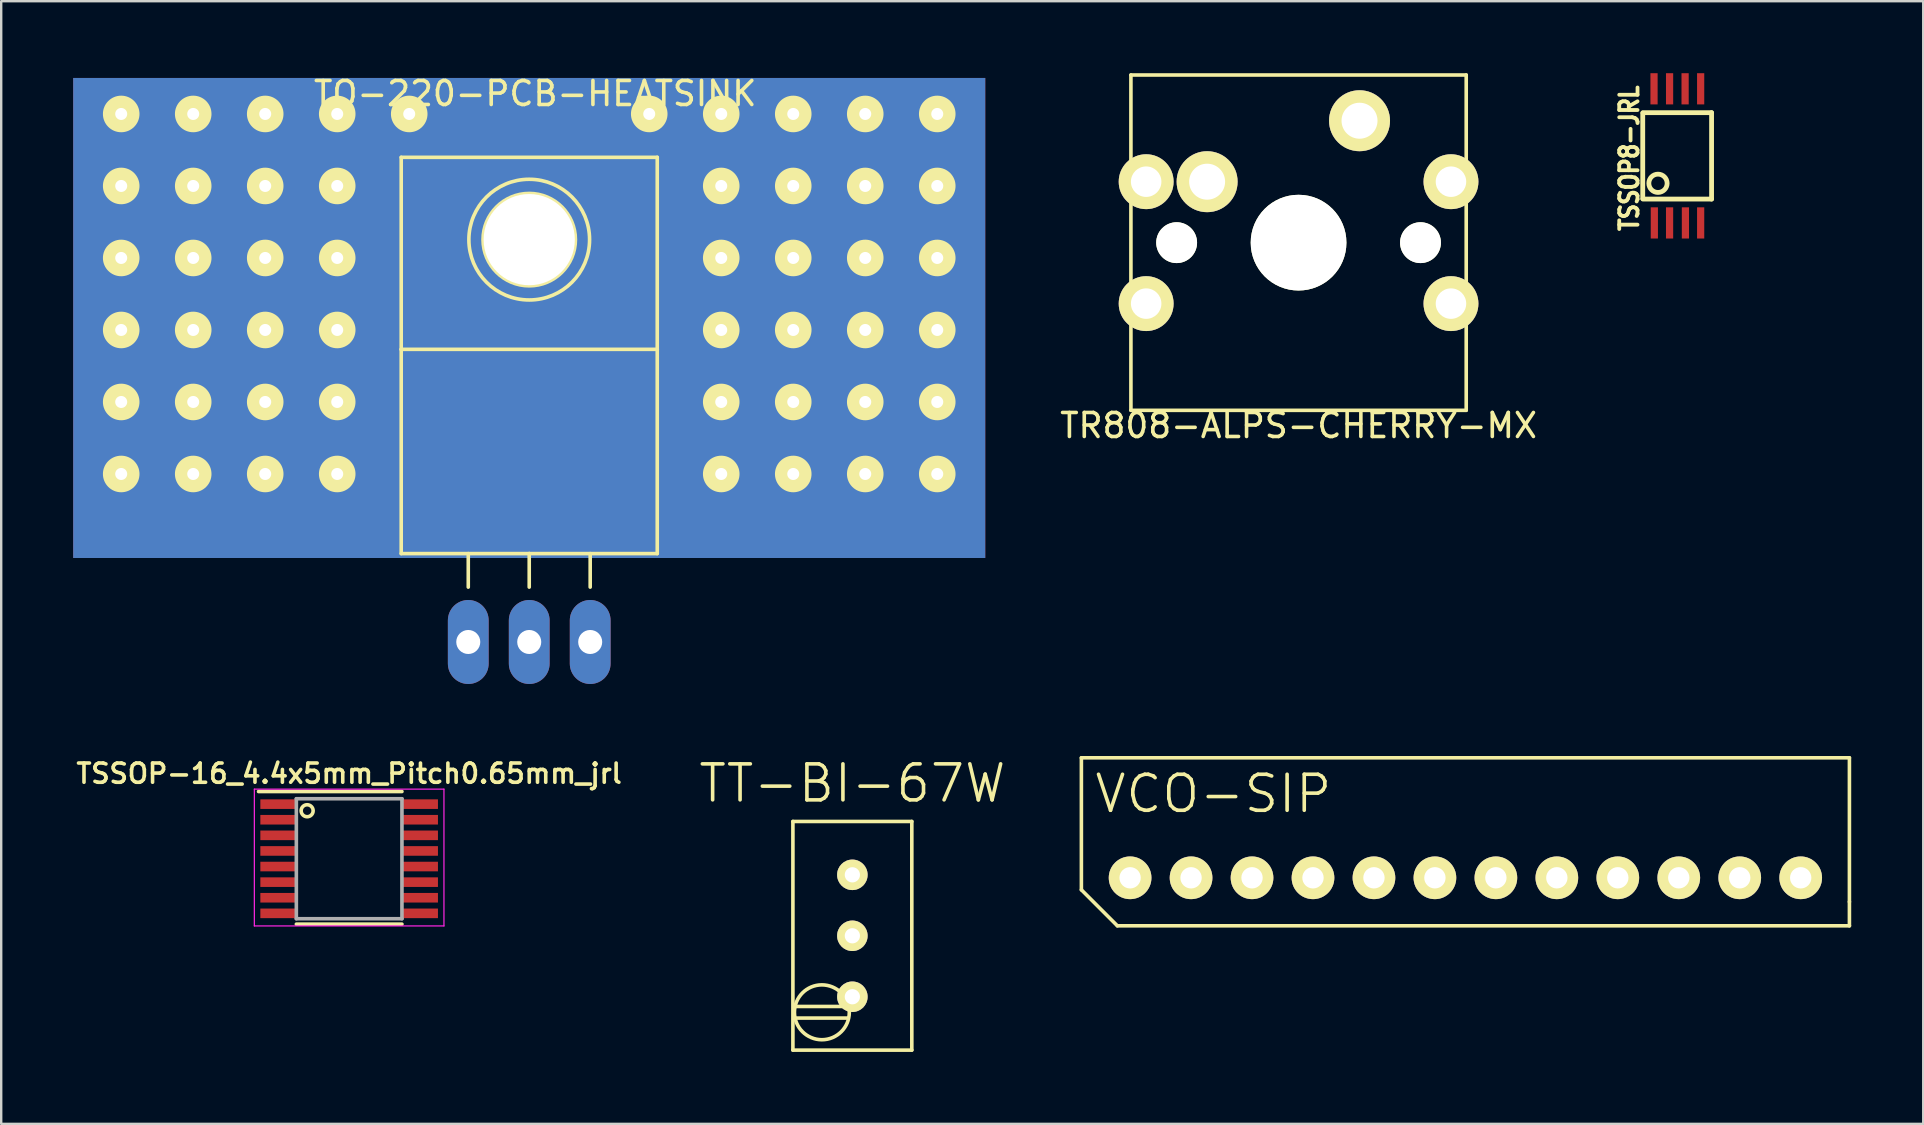
<source format=kicad_pcb>
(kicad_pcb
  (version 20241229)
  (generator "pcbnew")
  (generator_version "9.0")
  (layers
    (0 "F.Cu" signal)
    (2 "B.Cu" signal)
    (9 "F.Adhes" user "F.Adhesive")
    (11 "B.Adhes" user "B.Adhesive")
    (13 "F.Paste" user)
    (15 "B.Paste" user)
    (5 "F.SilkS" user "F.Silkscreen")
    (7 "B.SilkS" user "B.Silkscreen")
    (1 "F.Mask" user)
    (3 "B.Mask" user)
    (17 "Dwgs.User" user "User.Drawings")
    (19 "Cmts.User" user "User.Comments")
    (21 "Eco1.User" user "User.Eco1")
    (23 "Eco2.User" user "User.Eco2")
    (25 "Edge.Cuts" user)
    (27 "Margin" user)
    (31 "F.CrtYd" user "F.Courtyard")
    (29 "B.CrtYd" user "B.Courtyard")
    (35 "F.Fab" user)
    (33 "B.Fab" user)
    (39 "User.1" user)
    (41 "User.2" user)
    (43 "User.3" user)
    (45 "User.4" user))
  (footprint "TT-BI-67W"
    (layer "F.Cu")
    (at 32.463 35.939)
    (property "Reference" "TT-BI-67W" (at 0 -6.35 0) (layer "F.SilkS") (effects (font (size 1.5 1.5) (thickness 0.15))))
    (attr through_hole)
    (fp_line (start -2.477 -4.763) (end -2.477 4.763) (stroke (width 0.15) (type solid)) (layer "F.SilkS"))
    (fp_line (start -2.477 -4.763) (end 2.477 -4.763) (stroke (width 0.15) (type solid)) (layer "F.SilkS"))
    (fp_line (start -2.477 4.763) (end 2.477 4.763) (stroke (width 0.15) (type solid)) (layer "F.SilkS"))
    (fp_line (start -2.337 2.946) (end -0.203 2.946) (stroke (width 0.15) (type solid)) (layer "F.SilkS"))
    (fp_line (start -2.337 3.429) (end -0.178 3.429) (stroke (width 0.15) (type solid)) (layer "F.SilkS"))
    (fp_line (start 2.477 -4.763) (end 2.477 4.763) (stroke (width 0.15) (type solid)) (layer "F.SilkS"))
    (fp_circle (center -1.27 3.188) (end -1.27 4.331) (stroke (width 0.15) (type solid)) (fill no) (layer "F.SilkS"))
    (pad "1" thru_hole circle (at 0 2.54) (size 1.27 1.27) (drill 0.635) (layers "*.Cu" "*.Mask" "F.SilkS"))
    (pad "2" thru_hole circle (at 0 0) (size 1.27 1.27) (drill 0.635) (layers "*.Cu" "*.Mask" "F.SilkS"))
    (pad "3" thru_hole circle (at 0 -2.54) (size 1.27 1.27) (drill 0.635) (layers "*.Cu" "*.Mask" "F.SilkS")))
  (footprint "TO-220-PCB-HEATSINK"
    (layer "F.Cu")
    (at 19 23.698)
    (property "Reference" "TO-220-PCB-HEATSINK" (at 0.249 -22.85 0) (layer "F.SilkS") (effects (font (size 1 1) (thickness 0.15))))
    (attr through_hole)
    (fp_line (start -5.334 -20.193) (end -5.334 -12.192) (stroke (width 0.15) (type solid)) (layer "F.SilkS"))
    (fp_line (start -5.334 -12.192) (end -5.334 -3.683) (stroke (width 0.15) (type solid)) (layer "F.SilkS"))
    (fp_line (start -2.54 -3.683) (end -2.54 -2.286) (stroke (width 0.15) (type solid)) (layer "F.SilkS"))
    (fp_line (start 0 -3.683) (end -5.334 -3.683) (stroke (width 0.15) (type solid)) (layer "F.SilkS"))
    (fp_line (start 0 -3.683) (end 0 -2.286) (stroke (width 0.15) (type solid)) (layer "F.SilkS"))
    (fp_line (start 0 -3.683) (end 5.334 -3.683) (stroke (width 0.15) (type solid)) (layer "F.SilkS"))
    (fp_line (start 2.54 -3.683) (end 2.54 -2.286) (stroke (width 0.15) (type solid)) (layer "F.SilkS"))
    (fp_line (start 5.334 -20.193) (end -5.334 -20.193) (stroke (width 0.15) (type solid)) (layer "F.SilkS"))
    (fp_line (start 5.334 -12.192) (end -5.334 -12.192) (stroke (width 0.15) (type solid)) (layer "F.SilkS"))
    (fp_line (start 5.334 -12.192) (end 5.334 -20.193) (stroke (width 0.15) (type solid)) (layer "F.SilkS"))
    (fp_line (start 5.334 -3.683) (end 5.334 -12.192) (stroke (width 0.15) (type solid)) (layer "F.SilkS"))
    (fp_circle (center 0 -16.764) (end 1.778 -14.986) (stroke (width 0.15) (type solid)) (fill no) (layer "F.SilkS"))
    (pad "" thru_hole circle (at -17 -22) (size 1.524 1.524) (drill 0.5) (layers "*.Cu" "*.Mask" "F.SilkS"))
    (pad "" thru_hole circle (at -17 -19) (size 1.524 1.524) (drill 0.5) (layers "*.Cu" "*.Mask" "F.SilkS"))
    (pad "" thru_hole circle (at -17 -16) (size 1.524 1.524) (drill 0.5) (layers "*.Cu" "*.Mask" "F.SilkS"))
    (pad "" thru_hole circle (at -17 -13) (size 1.524 1.524) (drill 0.5) (layers "*.Cu" "*.Mask" "F.SilkS"))
    (pad "" thru_hole circle (at -17 -10) (size 1.524 1.524) (drill 0.5) (layers "*.Cu" "*.Mask" "F.SilkS"))
    (pad "" thru_hole circle (at -17 -7) (size 1.524 1.524) (drill 0.5) (layers "*.Cu" "*.Mask" "F.SilkS"))
    (pad "" thru_hole circle (at -14 -22) (size 1.524 1.524) (drill 0.5) (layers "*.Cu" "*.Mask" "F.SilkS"))
    (pad "" thru_hole circle (at -14 -19) (size 1.524 1.524) (drill 0.5) (layers "*.Cu" "*.Mask" "F.SilkS"))
    (pad "" thru_hole circle (at -14 -16) (size 1.524 1.524) (drill 0.5) (layers "*.Cu" "*.Mask" "F.SilkS"))
    (pad "" thru_hole circle (at -14 -13) (size 1.524 1.524) (drill 0.5) (layers "*.Cu" "*.Mask" "F.SilkS"))
    (pad "" thru_hole circle (at -14 -10) (size 1.524 1.524) (drill 0.5) (layers "*.Cu" "*.Mask" "F.SilkS"))
    (pad "" thru_hole circle (at -14 -7) (size 1.524 1.524) (drill 0.5) (layers "*.Cu" "*.Mask" "F.SilkS"))
    (pad "" thru_hole circle (at -11 -22) (size 1.524 1.524) (drill 0.5) (layers "*.Cu" "*.Mask" "F.SilkS"))
    (pad "" thru_hole circle (at -11 -19) (size 1.524 1.524) (drill 0.5) (layers "*.Cu" "*.Mask" "F.SilkS"))
    (pad "" thru_hole circle (at -11 -16) (size 1.524 1.524) (drill 0.5) (layers "*.Cu" "*.Mask" "F.SilkS"))
    (pad "" thru_hole circle (at -11 -13) (size 1.524 1.524) (drill 0.5) (layers "*.Cu" "*.Mask" "F.SilkS"))
    (pad "" thru_hole circle (at -11 -10) (size 1.524 1.524) (drill 0.5) (layers "*.Cu" "*.Mask" "F.SilkS"))
    (pad "" thru_hole circle (at -11 -7) (size 1.524 1.524) (drill 0.5) (layers "*.Cu" "*.Mask" "F.SilkS"))
    (pad "" thru_hole circle (at -8 -22) (size 1.524 1.524) (drill 0.5) (layers "*.Cu" "*.Mask" "F.SilkS"))
    (pad "" thru_hole circle (at -8 -19) (size 1.524 1.524) (drill 0.5) (layers "*.Cu" "*.Mask" "F.SilkS"))
    (pad "" thru_hole circle (at -8 -16) (size 1.524 1.524) (drill 0.5) (layers "*.Cu" "*.Mask" "F.SilkS"))
    (pad "" thru_hole circle (at -8 -13) (size 1.524 1.524) (drill 0.5) (layers "*.Cu" "*.Mask" "F.SilkS"))
    (pad "" thru_hole circle (at -8 -10) (size 1.524 1.524) (drill 0.5) (layers "*.Cu" "*.Mask" "F.SilkS"))
    (pad "" thru_hole circle (at -8 -7) (size 1.524 1.524) (drill 0.5) (layers "*.Cu" "*.Mask" "F.SilkS"))
    (pad "" thru_hole circle (at -5 -22) (size 1.524 1.524) (drill 0.5) (layers "*.Cu" "*.Mask" "F.SilkS"))
    (pad "" thru_hole circle (at 0 -16.764 90) (size 4 4) (drill 3.8) (layers "*.Cu" "*.Mask" "F.SilkS"))
    (pad "" smd rect (at 0 -13.5) (size 38 20) (layers "F.Cu" "F.Mask" "F.Paste"))
    (pad "" thru_hole circle (at 5 -22) (size 1.524 1.524) (drill 0.5) (layers "*.Cu" "*.Mask" "F.SilkS"))
    (pad "" thru_hole circle (at 8 -22) (size 1.524 1.524) (drill 0.5) (layers "*.Cu" "*.Mask" "F.SilkS"))
    (pad "" thru_hole circle (at 8 -19) (size 1.524 1.524) (drill 0.5) (layers "*.Cu" "*.Mask" "F.SilkS"))
    (pad "" thru_hole circle (at 8 -16) (size 1.524 1.524) (drill 0.5) (layers "*.Cu" "*.Mask" "F.SilkS"))
    (pad "" thru_hole circle (at 8 -13) (size 1.524 1.524) (drill 0.5) (layers "*.Cu" "*.Mask" "F.SilkS"))
    (pad "" thru_hole circle (at 8 -10) (size 1.524 1.524) (drill 0.5) (layers "*.Cu" "*.Mask" "F.SilkS"))
    (pad "" thru_hole circle (at 8 -7) (size 1.524 1.524) (drill 0.5) (layers "*.Cu" "*.Mask" "F.SilkS"))
    (pad "" thru_hole circle (at 11 -22) (size 1.524 1.524) (drill 0.5) (layers "*.Cu" "*.Mask" "F.SilkS"))
    (pad "" thru_hole circle (at 11 -19) (size 1.524 1.524) (drill 0.5) (layers "*.Cu" "*.Mask" "F.SilkS"))
    (pad "" thru_hole circle (at 11 -16) (size 1.524 1.524) (drill 0.5) (layers "*.Cu" "*.Mask" "F.SilkS"))
    (pad "" thru_hole circle (at 11 -13) (size 1.524 1.524) (drill 0.5) (layers "*.Cu" "*.Mask" "F.SilkS"))
    (pad "" thru_hole circle (at 11 -10) (size 1.524 1.524) (drill 0.5) (layers "*.Cu" "*.Mask" "F.SilkS"))
    (pad "" thru_hole circle (at 11 -7) (size 1.524 1.524) (drill 0.5) (layers "*.Cu" "*.Mask" "F.SilkS"))
    (pad "" thru_hole circle (at 14 -22) (size 1.524 1.524) (drill 0.5) (layers "*.Cu" "*.Mask" "F.SilkS"))
    (pad "" thru_hole circle (at 14 -19) (size 1.524 1.524) (drill 0.5) (layers "*.Cu" "*.Mask" "F.SilkS"))
    (pad "" thru_hole circle (at 14 -16) (size 1.524 1.524) (drill 0.5) (layers "*.Cu" "*.Mask" "F.SilkS"))
    (pad "" thru_hole circle (at 14 -13) (size 1.524 1.524) (drill 0.5) (layers "*.Cu" "*.Mask" "F.SilkS"))
    (pad "" thru_hole circle (at 14 -10) (size 1.524 1.524) (drill 0.5) (layers "*.Cu" "*.Mask" "F.SilkS"))
    (pad "" thru_hole circle (at 14 -7) (size 1.524 1.524) (drill 0.5) (layers "*.Cu" "*.Mask" "F.SilkS"))
    (pad "" thru_hole circle (at 17 -22) (size 1.524 1.524) (drill 0.5) (layers "*.Cu" "*.Mask" "F.SilkS"))
    (pad "" thru_hole circle (at 17 -19) (size 1.524 1.524) (drill 0.5) (layers "*.Cu" "*.Mask" "F.SilkS"))
    (pad "" thru_hole circle (at 17 -16) (size 1.524 1.524) (drill 0.5) (layers "*.Cu" "*.Mask" "F.SilkS"))
    (pad "" thru_hole circle (at 17 -13) (size 1.524 1.524) (drill 0.5) (layers "*.Cu" "*.Mask" "F.SilkS"))
    (pad "" thru_hole circle (at 17 -10) (size 1.524 1.524) (drill 0.5) (layers "*.Cu" "*.Mask" "F.SilkS"))
    (pad "" thru_hole circle (at 17 -7) (size 1.524 1.524) (drill 0.5) (layers "*.Cu" "*.Mask" "F.SilkS"))
    (pad "0" smd rect (at 0 -13.5) (size 38 20) (layers "F.Mask" "B.Cu" "F.Paste"))
    (pad "1" thru_hole oval (at -2.54 0 90) (size 3.5 1.699) (drill 1.001) (layers "*.Cu" "*.Mask"))
    (pad "2" thru_hole oval (at 0 0 90) (size 3.5 1.699) (drill 1.001) (layers "*.Cu" "*.Mask"))
    (pad "3" thru_hole oval (at 2.54 0 90) (size 3.5 1.699) (drill 1.001) (layers "*.Cu" "*.Mask")))
  (footprint "TSSOP8-JRL"
    (layer "F.Cu")
    (at 66.832 3.544)
    (property "Reference" "TSSOP8-JRL" (at -2 0 90) (layer "F.SilkS") (effects (font (size 0.762 0.635) (thickness 0.159))))
    (attr smd)
    (fp_line (start -1.438 1.678) (end -1.438 -1.878) (stroke (width 0.2) (type solid)) (layer "F.SilkS"))
    (fp_line (start -1.43 -1.9) (end 1.43 -1.9) (stroke (width 0.2) (type solid)) (layer "F.SilkS"))
    (fp_line (start 1.43 -1.9) (end 1.43 1.7) (stroke (width 0.2) (type solid)) (layer "F.SilkS"))
    (fp_line (start 1.43 1.7) (end -1.43 1.7) (stroke (width 0.2) (type solid)) (layer "F.SilkS"))
    (fp_circle (center -0.803 1.043) (end -1.184 1.043) (stroke (width 0.2) (type solid)) (fill no) (layer "F.SilkS"))
    (pad "1" smd rect (at -0.955 2.694) (size 0.3 1.3) (layers "F.Cu" "F.Mask" "F.Paste"))
    (pad "2" smd rect (at -0.32 2.694) (size 0.3 1.3) (layers "F.Cu" "F.Mask" "F.Paste"))
    (pad "3" smd rect (at 0.34 2.694) (size 0.3 1.3) (layers "F.Cu" "F.Mask" "F.Paste"))
    (pad "4" smd rect (at 0.975 2.694) (size 0.3 1.3) (layers "F.Cu" "F.Mask" "F.Paste"))
    (pad "5" smd rect (at 0.975 -2.894) (size 0.3 1.3) (layers "F.Cu" "F.Mask" "F.Paste"))
    (pad "6" smd rect (at 0.327 -2.894) (size 0.3 1.3) (layers "F.Cu" "F.Mask" "F.Paste"))
    (pad "7" smd rect (at -0.32 -2.894) (size 0.3 1.3) (layers "F.Cu" "F.Mask" "F.Paste"))
    (pad "8" smd rect (at -0.968 -2.894) (size 0.3 1.3) (layers "F.Cu" "F.Mask" "F.Paste")))
  (footprint "VCO-SIP"
    (layer "F.Cu")
    (at 58.005 33.523)
    (property "Reference" "VCO-SIP" (at -10.5 -3.5 0) (layer "F.SilkS") (effects (font (size 1.5 1.5) (thickness 0.15))))
    (attr through_hole)
    (fp_line (start -16 -5) (end -16 0.5) (stroke (width 0.15) (type solid)) (layer "F.SilkS"))
    (fp_line (start -16 -5) (end 16 -5) (stroke (width 0.15) (type solid)) (layer "F.SilkS"))
    (fp_line (start -16 0.5) (end -14.5 2) (stroke (width 0.15) (type solid)) (layer "F.SilkS"))
    (fp_line (start -14.5 2) (end 16 2) (stroke (width 0.15) (type solid)) (layer "F.SilkS"))
    (fp_line (start 16 -5) (end 16 1) (stroke (width 0.15) (type solid)) (layer "F.SilkS"))
    (fp_line (start 16 2) (end 16 1) (stroke (width 0.15) (type solid)) (layer "F.SilkS"))
    (pad "1" thru_hole circle (at -13.97 0) (size 1.778 1.778) (drill 0.889) (layers "*.Cu" "*.Mask" "F.SilkS"))
    (pad "2" thru_hole circle (at -11.43 0) (size 1.778 1.778) (drill 0.889) (layers "*.Cu" "*.Mask" "F.SilkS"))
    (pad "3" thru_hole circle (at -8.89 0) (size 1.778 1.778) (drill 0.889) (layers "*.Cu" "*.Mask" "F.SilkS"))
    (pad "4" thru_hole circle (at -6.35 0) (size 1.778 1.778) (drill 0.889) (layers "*.Cu" "*.Mask" "F.SilkS"))
    (pad "5" thru_hole circle (at -3.81 0) (size 1.778 1.778) (drill 0.889) (layers "*.Cu" "*.Mask" "F.SilkS"))
    (pad "6" thru_hole circle (at -1.27 0) (size 1.778 1.778) (drill 0.889) (layers "*.Cu" "*.Mask" "F.SilkS"))
    (pad "7" thru_hole circle (at 1.27 0) (size 1.778 1.778) (drill 0.889) (layers "*.Cu" "*.Mask" "F.SilkS"))
    (pad "8" thru_hole circle (at 3.81 0) (size 1.778 1.778) (drill 0.889) (layers "*.Cu" "*.Mask" "F.SilkS"))
    (pad "9" thru_hole circle (at 6.35 0) (size 1.778 1.778) (drill 0.889) (layers "*.Cu" "*.Mask" "F.SilkS"))
    (pad "10" thru_hole circle (at 8.89 0) (size 1.778 1.778) (drill 0.889) (layers "*.Cu" "*.Mask" "F.SilkS"))
    (pad "11" thru_hole circle (at 11.43 0) (size 1.778 1.778) (drill 0.889) (layers "*.Cu" "*.Mask" "F.SilkS"))
    (pad "12" thru_hole circle (at 13.97 0) (size 1.778 1.778) (drill 0.889) (layers "*.Cu" "*.Mask" "F.SilkS")))
  (footprint "TR808-ALPS-CHERRY-MX"
    (layer "F.Cu")
    (at 51.054 7.06)
    (property "Reference" "TR808-ALPS-CHERRY-MX" (at 0 7.62 180) (layer "F.SilkS") (effects (font (size 1 1) (thickness 0.15))))
    (attr through_hole)
    (fp_line (start -6.985 -6.985) (end 6.985 -6.985) (stroke (width 0.15) (type solid)) (layer "F.SilkS"))
    (fp_line (start -6.985 6.985) (end -6.985 -6.985) (stroke (width 0.15) (type solid)) (layer "F.SilkS"))
    (fp_line (start 6.985 -6.985) (end 6.985 6.985) (stroke (width 0.15) (type solid)) (layer "F.SilkS"))
    (fp_line (start 6.985 6.985) (end -6.985 6.985) (stroke (width 0.15) (type solid)) (layer "F.SilkS"))
    (pad "" np_thru_hole circle (at -5.08 0 90) (size 1.702 1.702) (drill 1.702) (layers "*.Cu" "*.Mask" "F.SilkS"))
    (pad "" np_thru_hole circle (at 0 0 90) (size 3.988 3.988) (drill 3.988) (layers "*.Cu" "*.Mask" "F.SilkS"))
    (pad "" np_thru_hole circle (at 5.08 0 90) (size 1.702 1.702) (drill 1.702) (layers "*.Cu" "*.Mask" "F.SilkS"))
    (pad "1" thru_hole circle (at -6.35 2.54 90) (size 2.286 2.286) (drill 1.27) (layers "*.Cu" "*.Mask" "F.SilkS"))
    (pad "1" thru_hole circle (at 2.54 -5.08) (size 2.54 2.54) (drill 1.499) (layers "*.Cu" "*.Mask" "F.SilkS"))
    (pad "1" thru_hole circle (at 6.35 2.54 90) (size 2.286 2.286) (drill 1.27) (layers "*.Cu" "*.Mask" "F.SilkS"))
    (pad "2" thru_hole circle (at -6.35 -2.54 90) (size 2.286 2.286) (drill 1.27) (layers "*.Cu" "*.Mask" "F.SilkS"))
    (pad "2" thru_hole circle (at -3.81 -2.54) (size 2.54 2.54) (drill 1.499) (layers "*.Cu" "*.Mask" "F.SilkS"))
    (pad "2" thru_hole circle (at 6.35 -2.54 90) (size 2.286 2.286) (drill 1.27) (layers "*.Cu" "*.Mask" "F.SilkS")))
  (footprint "TSSOP-16_4.4x5mm_Pitch0.65mm_jrl"
    (layer "F.Cu")
    (at 11.497 32.729)
    (property "Reference" "TSSOP-16_4.4x5mm_Pitch0.65mm_jrl" (at 0 -3.55 0) (layer "F.SilkS") (effects (font (size 0.8 0.8) (thickness 0.15))))
    (attr smd)
    (fp_line (start -3.775 -2.8) (end 2.2 -2.8) (stroke (width 0.15) (type solid)) (layer "F.SilkS"))
    (fp_line (start -2.2 2.725) (end 2.2 2.725) (stroke (width 0.15) (type solid)) (layer "F.SilkS"))
    (fp_circle (center -1.75 -2) (end -2 -2) (stroke (width 0.15) (type solid)) (fill no) (layer "F.SilkS"))
    (fp_line (start -3.95 -2.9) (end -3.95 2.8) (stroke (width 0.05) (type solid)) (layer "F.CrtYd"))
    (fp_line (start -3.95 -2.9) (end 3.95 -2.9) (stroke (width 0.05) (type solid)) (layer "F.CrtYd"))
    (fp_line (start -3.95 2.8) (end 3.95 2.8) (stroke (width 0.05) (type solid)) (layer "F.CrtYd"))
    (fp_line (start 3.95 -2.9) (end 3.95 2.8) (stroke (width 0.05) (type solid)) (layer "F.CrtYd"))
    (fp_line (start -2.2 -2.5) (end 2.2 -2.5) (stroke (width 0.15) (type solid)) (layer "F.Fab"))
    (fp_line (start -2.2 2.5) (end -2.2 -2.5) (stroke (width 0.15) (type solid)) (layer "F.Fab"))
    (fp_line (start 2.2 -2.5) (end 2.2 2.5) (stroke (width 0.15) (type solid)) (layer "F.Fab"))
    (fp_line (start 2.2 2.5) (end -2.2 2.5) (stroke (width 0.15) (type solid)) (layer "F.Fab"))
    (pad "1" smd rect (at -2.95 -2.275) (size 1.5 0.4) (layers "F.Cu" "F.Mask" "F.Paste"))
    (pad "2" smd rect (at -2.95 -1.625) (size 1.5 0.4) (layers "F.Cu" "F.Mask" "F.Paste"))
    (pad "3" smd rect (at -2.95 -0.975) (size 1.5 0.4) (layers "F.Cu" "F.Mask" "F.Paste"))
    (pad "4" smd rect (at -2.95 -0.325) (size 1.5 0.4) (layers "F.Cu" "F.Mask" "F.Paste"))
    (pad "5" smd rect (at -2.95 0.325) (size 1.5 0.4) (layers "F.Cu" "F.Mask" "F.Paste"))
    (pad "6" smd rect (at -2.95 0.975) (size 1.5 0.4) (layers "F.Cu" "F.Mask" "F.Paste"))
    (pad "7" smd rect (at -2.95 1.625) (size 1.5 0.4) (layers "F.Cu" "F.Mask" "F.Paste"))
    (pad "8" smd rect (at -2.95 2.275) (size 1.5 0.4) (layers "F.Cu" "F.Mask" "F.Paste"))
    (pad "9" smd rect (at 2.95 2.275) (size 1.5 0.4) (layers "F.Cu" "F.Mask" "F.Paste"))
    (pad "10" smd rect (at 2.95 1.625) (size 1.5 0.4) (layers "F.Cu" "F.Mask" "F.Paste"))
    (pad "11" smd rect (at 2.95 0.975) (size 1.5 0.4) (layers "F.Cu" "F.Mask" "F.Paste"))
    (pad "12" smd rect (at 2.95 0.325) (size 1.5 0.4) (layers "F.Cu" "F.Mask" "F.Paste"))
    (pad "13" smd rect (at 2.95 -0.325) (size 1.5 0.4) (layers "F.Cu" "F.Mask" "F.Paste"))
    (pad "14" smd rect (at 2.95 -0.975) (size 1.5 0.4) (layers "F.Cu" "F.Mask" "F.Paste"))
    (pad "15" smd rect (at 2.95 -1.625) (size 1.5 0.4) (layers "F.Cu" "F.Mask" "F.Paste"))
    (pad "16" smd rect (at 2.95 -2.275) (size 1.5 0.4) (layers "F.Cu" "F.Mask" "F.Paste")))
  (gr_rect
    (start -3 -3)
    (end 77.08 43.776)
    (stroke (width 0.1) (type default))
    (fill no)
    (layer "Edge.Cuts")))
</source>
